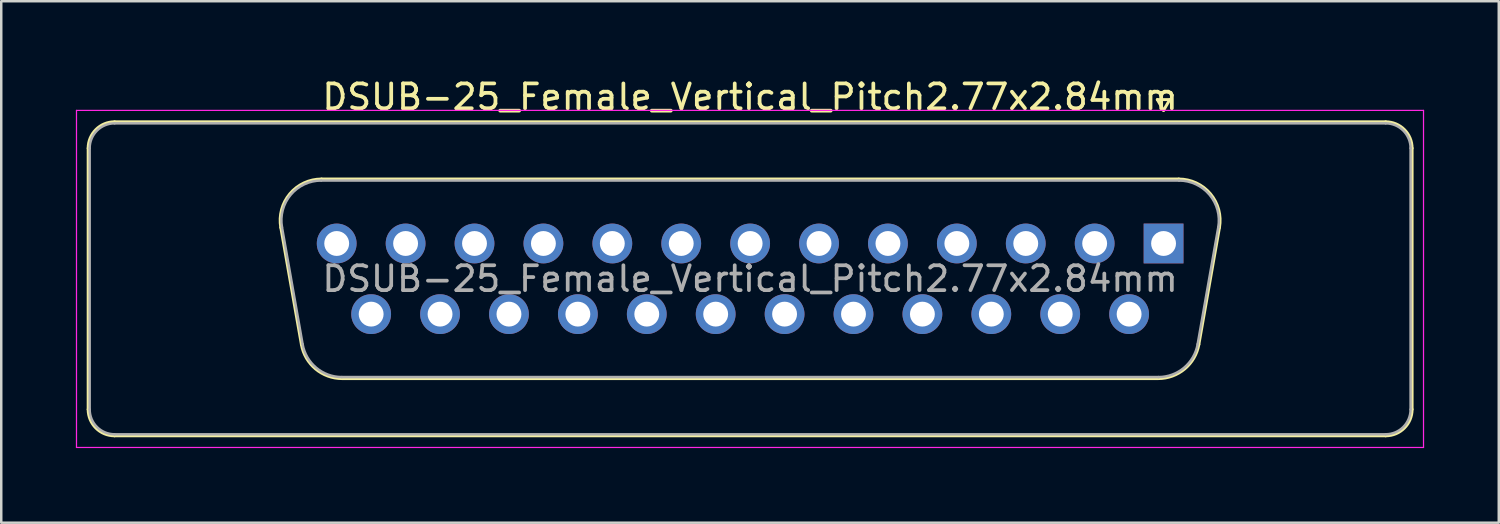
<source format=kicad_pcb>
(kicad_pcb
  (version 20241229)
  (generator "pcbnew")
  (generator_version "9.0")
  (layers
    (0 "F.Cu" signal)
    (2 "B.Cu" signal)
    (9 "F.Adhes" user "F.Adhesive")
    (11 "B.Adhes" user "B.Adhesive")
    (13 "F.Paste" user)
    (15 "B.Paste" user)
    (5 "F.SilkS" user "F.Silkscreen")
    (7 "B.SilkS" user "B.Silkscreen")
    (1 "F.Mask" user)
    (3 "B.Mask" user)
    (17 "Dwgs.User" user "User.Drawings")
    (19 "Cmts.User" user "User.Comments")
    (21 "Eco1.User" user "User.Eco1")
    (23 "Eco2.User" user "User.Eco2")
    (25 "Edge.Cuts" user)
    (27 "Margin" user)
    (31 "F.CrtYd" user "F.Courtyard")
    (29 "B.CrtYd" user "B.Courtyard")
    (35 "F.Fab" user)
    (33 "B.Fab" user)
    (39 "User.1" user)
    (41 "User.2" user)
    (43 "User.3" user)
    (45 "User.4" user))
  (footprint "DSUB-25_Female_Vertical_Pitch2.77x2.84mm"
    (layer "F.Cu")
    (at 43.725 6.738)
    (property "Reference" "DSUB-25_Female_Vertical_Pitch2.77x2.84mm" (at -16.62 -5.89 0) (layer "F.SilkS") (effects (font (size 1 1) (thickness 0.15))))
    (attr through_hole)
    (fp_line (start -43.23 6.67) (end -43.23 -3.83) (stroke (width 0.12) (type solid)) (layer "F.SilkS"))
    (fp_line (start -42.17 -4.89) (end 8.93 -4.89) (stroke (width 0.12) (type solid)) (layer "F.SilkS"))
    (fp_line (start -35.486 -0.642) (end -34.658 4.058) (stroke (width 0.12) (type solid)) (layer "F.SilkS"))
    (fp_line (start -33.852 -2.59) (end 0.612 -2.59) (stroke (width 0.12) (type solid)) (layer "F.SilkS"))
    (fp_line (start -33.023 5.43) (end -0.217 5.43) (stroke (width 0.12) (type solid)) (layer "F.SilkS"))
    (fp_line (start -0.25 -5.784) (end 0.25 -5.784) (stroke (width 0.12) (type solid)) (layer "F.SilkS"))
    (fp_line (start 0 -5.351) (end -0.25 -5.784) (stroke (width 0.12) (type solid)) (layer "F.SilkS"))
    (fp_line (start 0.25 -5.784) (end 0 -5.351) (stroke (width 0.12) (type solid)) (layer "F.SilkS"))
    (fp_line (start 2.246 -0.642) (end 1.418 4.058) (stroke (width 0.12) (type solid)) (layer "F.SilkS"))
    (fp_line (start 8.93 7.73) (end -42.17 7.73) (stroke (width 0.12) (type solid)) (layer "F.SilkS"))
    (fp_line (start 9.99 -3.83) (end 9.99 6.67) (stroke (width 0.12) (type solid)) (layer "F.SilkS"))
    (fp_arc (start -43.23 -3.83) (mid -42.919533 -4.579533) (end -42.17 -4.89) (stroke (width 0.12) (type solid)) (layer "F.SilkS"))
    (fp_arc (start -42.17 7.73) (mid -42.919533 7.419533) (end -43.23 6.67) (stroke (width 0.12) (type solid)) (layer "F.SilkS"))
    (fp_arc (start -35.48647 -0.641744) (mid -35.123323 -1.997028) (end -33.851689 -2.59) (stroke (width 0.12) (type solid)) (layer "F.SilkS"))
    (fp_arc (start -33.022952 5.43) (mid -34.089979 5.041634) (end -34.657733 4.058256) (stroke (width 0.12) (type solid)) (layer "F.SilkS"))
    (fp_arc (start 0.611689 -2.59) (mid 1.883323 -1.997027) (end 2.24647 -0.641744) (stroke (width 0.12) (type solid)) (layer "F.SilkS"))
    (fp_arc (start 1.417733 4.058256) (mid 0.84998 5.041634) (end -0.217048 5.43) (stroke (width 0.12) (type solid)) (layer "F.SilkS"))
    (fp_arc (start 8.93 -4.89) (mid 9.679533 -4.579533) (end 9.99 -3.83) (stroke (width 0.12) (type solid)) (layer "F.SilkS"))
    (fp_arc (start 9.99 6.67) (mid 9.679533 7.419533) (end 8.93 7.73) (stroke (width 0.12) (type solid)) (layer "F.SilkS"))
    (fp_line (start -43.7 -5.35) (end -43.7 8.2) (stroke (width 0.05) (type solid)) (layer "F.CrtYd"))
    (fp_line (start -43.7 8.2) (end 10.45 8.2) (stroke (width 0.05) (type solid)) (layer "F.CrtYd"))
    (fp_line (start 10.45 -5.35) (end -43.7 -5.35) (stroke (width 0.05) (type solid)) (layer "F.CrtYd"))
    (fp_line (start 10.45 8.2) (end 10.45 -5.35) (stroke (width 0.05) (type solid)) (layer "F.CrtYd"))
    (fp_line (start -43.17 6.67) (end -43.17 -3.83) (stroke (width 0.1) (type solid)) (layer "F.Fab"))
    (fp_line (start -42.17 -4.83) (end 8.93 -4.83) (stroke (width 0.1) (type solid)) (layer "F.Fab"))
    (fp_line (start -35.439 -0.652) (end -34.61 4.048) (stroke (width 0.1) (type solid)) (layer "F.Fab"))
    (fp_line (start -33.863 -2.53) (end 0.623 -2.53) (stroke (width 0.1) (type solid)) (layer "F.Fab"))
    (fp_line (start -33.034 5.37) (end -0.206 5.37) (stroke (width 0.1) (type solid)) (layer "F.Fab"))
    (fp_line (start 2.199 -0.652) (end 1.37 4.048) (stroke (width 0.1) (type solid)) (layer "F.Fab"))
    (fp_line (start 8.93 7.67) (end -42.17 7.67) (stroke (width 0.1) (type solid)) (layer "F.Fab"))
    (fp_line (start 9.93 -3.83) (end 9.93 6.67) (stroke (width 0.1) (type solid)) (layer "F.Fab"))
    (fp_arc (start -43.17 -3.83) (mid -42.877107 -4.537107) (end -42.17 -4.83) (stroke (width 0.1) (type solid)) (layer "F.Fab"))
    (fp_arc (start -42.17 7.67) (mid -42.877107 7.377107) (end -43.17 6.67) (stroke (width 0.1) (type solid)) (layer "F.Fab"))
    (fp_arc (start -35.438886 -0.652163) (mid -35.088865 -1.95846) (end -33.863194 -2.53) (stroke (width 0.1) (type solid)) (layer "F.Fab"))
    (fp_arc (start -33.034457 5.37) (mid -34.062917 4.995671) (end -34.610149 4.047837) (stroke (width 0.1) (type solid)) (layer "F.Fab"))
    (fp_arc (start 0.623194 -2.53) (mid 1.848865 -1.95846) (end 2.198886 -0.652163) (stroke (width 0.1) (type solid)) (layer "F.Fab"))
    (fp_arc (start 1.370149 4.047837) (mid 0.822917 4.995671) (end -0.205543 5.37) (stroke (width 0.1) (type solid)) (layer "F.Fab"))
    (fp_arc (start 8.93 -4.83) (mid 9.637107 -4.537107) (end 9.93 -3.83) (stroke (width 0.1) (type solid)) (layer "F.Fab"))
    (fp_arc (start 9.93 6.67) (mid 9.637107 7.377107) (end 8.93 7.67) (stroke (width 0.1) (type solid)) (layer "F.Fab"))
    (fp_text user "${REFERENCE}" (at -16.62 1.42 0) (layer "F.Fab") (effects (font (size 1 1) (thickness 0.15))))
    (pad "1" thru_hole rect (at 0 0) (size 1.6 1.6) (drill 1) (layers "*.Cu" "*.Mask"))
    (pad "2" thru_hole circle (at -2.77 0) (size 1.6 1.6) (drill 1) (layers "*.Cu" "*.Mask"))
    (pad "3" thru_hole circle (at -5.54 0) (size 1.6 1.6) (drill 1) (layers "*.Cu" "*.Mask"))
    (pad "4" thru_hole circle (at -8.31 0) (size 1.6 1.6) (drill 1) (layers "*.Cu" "*.Mask"))
    (pad "5" thru_hole circle (at -11.08 0) (size 1.6 1.6) (drill 1) (layers "*.Cu" "*.Mask"))
    (pad "6" thru_hole circle (at -13.85 0) (size 1.6 1.6) (drill 1) (layers "*.Cu" "*.Mask"))
    (pad "7" thru_hole circle (at -16.62 0) (size 1.6 1.6) (drill 1) (layers "*.Cu" "*.Mask"))
    (pad "8" thru_hole circle (at -19.39 0) (size 1.6 1.6) (drill 1) (layers "*.Cu" "*.Mask"))
    (pad "9" thru_hole circle (at -22.16 0) (size 1.6 1.6) (drill 1) (layers "*.Cu" "*.Mask"))
    (pad "10" thru_hole circle (at -24.93 0) (size 1.6 1.6) (drill 1) (layers "*.Cu" "*.Mask"))
    (pad "11" thru_hole circle (at -27.7 0) (size 1.6 1.6) (drill 1) (layers "*.Cu" "*.Mask"))
    (pad "12" thru_hole circle (at -30.47 0) (size 1.6 1.6) (drill 1) (layers "*.Cu" "*.Mask"))
    (pad "13" thru_hole circle (at -33.24 0) (size 1.6 1.6) (drill 1) (layers "*.Cu" "*.Mask"))
    (pad "14" thru_hole circle (at -1.385 2.84) (size 1.6 1.6) (drill 1) (layers "*.Cu" "*.Mask"))
    (pad "15" thru_hole circle (at -4.155 2.84) (size 1.6 1.6) (drill 1) (layers "*.Cu" "*.Mask"))
    (pad "16" thru_hole circle (at -6.925 2.84) (size 1.6 1.6) (drill 1) (layers "*.Cu" "*.Mask"))
    (pad "17" thru_hole circle (at -9.695 2.84) (size 1.6 1.6) (drill 1) (layers "*.Cu" "*.Mask"))
    (pad "18" thru_hole circle (at -12.465 2.84) (size 1.6 1.6) (drill 1) (layers "*.Cu" "*.Mask"))
    (pad "19" thru_hole circle (at -15.235 2.84) (size 1.6 1.6) (drill 1) (layers "*.Cu" "*.Mask"))
    (pad "20" thru_hole circle (at -18.005 2.84) (size 1.6 1.6) (drill 1) (layers "*.Cu" "*.Mask"))
    (pad "21" thru_hole circle (at -20.775 2.84) (size 1.6 1.6) (drill 1) (layers "*.Cu" "*.Mask"))
    (pad "22" thru_hole circle (at -23.545 2.84) (size 1.6 1.6) (drill 1) (layers "*.Cu" "*.Mask"))
    (pad "23" thru_hole circle (at -26.315 2.84) (size 1.6 1.6) (drill 1) (layers "*.Cu" "*.Mask"))
    (pad "24" thru_hole circle (at -29.085 2.84) (size 1.6 1.6) (drill 1) (layers "*.Cu" "*.Mask"))
    (pad "25" thru_hole circle (at -31.855 2.84) (size 1.6 1.6) (drill 1) (layers "*.Cu" "*.Mask")))
  (gr_rect
    (start -3 -3)
    (end 57.2 17.963)
    (stroke (width 0.1) (type default))
    (fill no)
    (layer "Edge.Cuts")))
</source>
